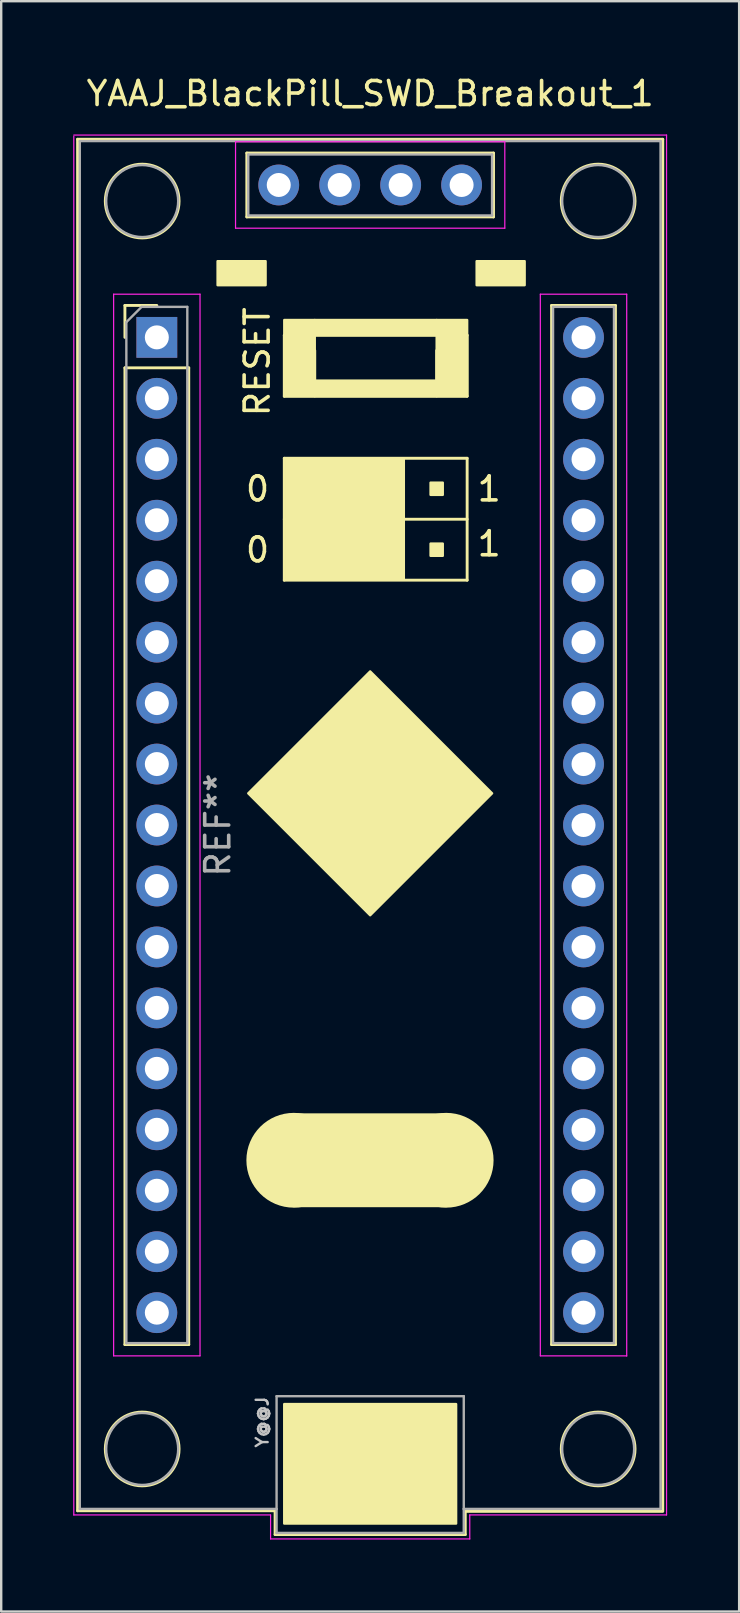
<source format=kicad_pcb>
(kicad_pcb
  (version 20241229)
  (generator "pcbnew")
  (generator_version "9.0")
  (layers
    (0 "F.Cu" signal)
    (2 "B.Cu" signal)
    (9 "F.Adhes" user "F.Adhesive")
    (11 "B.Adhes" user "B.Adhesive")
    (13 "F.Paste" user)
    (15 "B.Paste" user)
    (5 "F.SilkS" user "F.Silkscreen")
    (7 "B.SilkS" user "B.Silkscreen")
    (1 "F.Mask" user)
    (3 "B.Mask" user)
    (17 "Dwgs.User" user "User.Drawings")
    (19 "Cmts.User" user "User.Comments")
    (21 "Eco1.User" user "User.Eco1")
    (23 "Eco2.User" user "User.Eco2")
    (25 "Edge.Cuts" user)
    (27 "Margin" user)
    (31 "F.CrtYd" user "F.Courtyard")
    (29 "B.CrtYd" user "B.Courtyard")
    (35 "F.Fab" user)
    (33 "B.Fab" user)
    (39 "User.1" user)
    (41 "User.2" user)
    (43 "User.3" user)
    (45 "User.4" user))
  (footprint "YAAJ_BlackPill_SWD_Breakout_1"
    (layer "F.Cu")
    (at 3.485 11.008)
    (property "Reference" "YAAJ_BlackPill_SWD_Breakout_1" (at 8.89 -10.16 0) (layer "F.SilkS") (effects (font (size 1 1) (thickness 0.15))))
    (attr through_hole)
    (fp_line (start -3.302 -8.255) (end 21.082 -8.255) (stroke (width 0.12) (type solid)) (layer "F.SilkS"))
    (fp_line (start -3.302 48.895) (end -3.302 -8.255) (stroke (width 0.12) (type solid)) (layer "F.SilkS"))
    (fp_line (start -3.302 48.895) (end 4.928 48.895) (stroke (width 0.12) (type solid)) (layer "F.SilkS"))
    (fp_line (start -1.33 -1.33) (end -1.33 0) (stroke (width 0.12) (type solid)) (layer "F.SilkS"))
    (fp_line (start -1.33 -1.33) (end 0 -1.33) (stroke (width 0.12) (type solid)) (layer "F.SilkS"))
    (fp_line (start -1.33 1.27) (end -1.33 41.97) (stroke (width 0.12) (type solid)) (layer "F.SilkS"))
    (fp_line (start -1.33 1.27) (end 1.33 1.27) (stroke (width 0.12) (type solid)) (layer "F.SilkS"))
    (fp_line (start 1.33 1.27) (end 1.33 41.97) (stroke (width 0.12) (type solid)) (layer "F.SilkS"))
    (fp_line (start 1.33 41.97) (end -1.33 41.97) (stroke (width 0.12) (type solid)) (layer "F.SilkS"))
    (fp_line (start 3.75 -7.68) (end 3.75 -5.02) (stroke (width 0.12) (type solid)) (layer "F.SilkS"))
    (fp_line (start 3.75 -5.02) (end 14.03 -5.02) (stroke (width 0.12) (type solid)) (layer "F.SilkS"))
    (fp_line (start 4.928 48.895) (end 4.928 49.886) (stroke (width 0.12) (type solid)) (layer "F.SilkS"))
    (fp_line (start 4.928 49.886) (end 12.852 49.886) (stroke (width 0.12) (type solid)) (layer "F.SilkS"))
    (fp_line (start 5.311 -0.088) (end 12.931 -0.088) (stroke (width 0.12) (type solid)) (layer "F.SilkS"))
    (fp_line (start 5.311 2.452) (end 5.311 -0.088) (stroke (width 0.12) (type solid)) (layer "F.SilkS"))
    (fp_line (start 5.311 5.038) (end 5.311 10.118) (stroke (width 0.12) (type solid)) (layer "F.SilkS"))
    (fp_line (start 5.311 7.578) (end 12.931 7.578) (stroke (width 0.12) (type solid)) (layer "F.SilkS"))
    (fp_line (start 5.311 10.118) (end 12.931 10.118) (stroke (width 0.12) (type solid)) (layer "F.SilkS"))
    (fp_line (start 6.581 1.817) (end 6.581 0.547) (stroke (width 0.12) (type solid)) (layer "F.SilkS"))
    (fp_line (start 11.661 0.547) (end 11.661 1.817) (stroke (width 0.12) (type solid)) (layer "F.SilkS"))
    (fp_line (start 11.661 1.817) (end 6.581 1.817) (stroke (width 0.12) (type solid)) (layer "F.SilkS"))
    (fp_line (start 12.852 48.92) (end 21.082 48.92) (stroke (width 0.12) (type solid)) (layer "F.SilkS"))
    (fp_line (start 12.852 49.886) (end 12.852 48.92) (stroke (width 0.12) (type solid)) (layer "F.SilkS"))
    (fp_line (start 12.931 -0.088) (end 12.931 2.452) (stroke (width 0.12) (type solid)) (layer "F.SilkS"))
    (fp_line (start 12.931 2.452) (end 5.311 2.452) (stroke (width 0.12) (type solid)) (layer "F.SilkS"))
    (fp_line (start 12.931 5.038) (end 5.311 5.038) (stroke (width 0.12) (type solid)) (layer "F.SilkS"))
    (fp_line (start 12.931 10.118) (end 12.931 5.038) (stroke (width 0.12) (type solid)) (layer "F.SilkS"))
    (fp_line (start 14.03 -7.68) (end 3.75 -7.68) (stroke (width 0.12) (type solid)) (layer "F.SilkS"))
    (fp_line (start 14.03 -5.02) (end 14.03 -7.68) (stroke (width 0.12) (type solid)) (layer "F.SilkS"))
    (fp_line (start 16.45 -1.33) (end 16.45 41.97) (stroke (width 0.12) (type solid)) (layer "F.SilkS"))
    (fp_line (start 16.45 -1.33) (end 19.11 -1.33) (stroke (width 0.12) (type solid)) (layer "F.SilkS"))
    (fp_line (start 16.45 41.97) (end 19.11 41.97) (stroke (width 0.12) (type solid)) (layer "F.SilkS"))
    (fp_line (start 19.11 -1.33) (end 19.11 41.97) (stroke (width 0.12) (type solid)) (layer "F.SilkS"))
    (fp_line (start 21.082 -8.255) (end 21.082 48.895) (stroke (width 0.12) (type solid)) (layer "F.SilkS"))
    (fp_circle (center -0.61 -5.68) (end 0.927 -5.68) (stroke (width 0.12) (type solid)) (fill no) (layer "F.SilkS"))
    (fp_circle (center -0.61 46.32) (end 0.927 46.32) (stroke (width 0.12) (type solid)) (fill no) (layer "F.SilkS"))
    (fp_circle (center 5.707 34.29) (end 5.707 35.29) (stroke (width 1.95) (type solid)) (fill no) (layer "F.SilkS"))
    (fp_circle (center 12.057 34.29) (end 12.057 35.29) (stroke (width 1.95) (type solid)) (fill no) (layer "F.SilkS"))
    (fp_circle (center 18.39 -5.68) (end 19.927 -5.68) (stroke (width 0.12) (type solid)) (fill no) (layer "F.SilkS"))
    (fp_circle (center 18.39 46.32) (end 19.927 46.32) (stroke (width 0.12) (type solid)) (fill no) (layer "F.SilkS"))
    (fp_poly (pts (xy 4.532 -2.175) (xy 4.532 -3.175) (xy 2.532 -3.175) (xy 2.532 -2.175)) (stroke (width 0.1) (type solid)) (fill yes) (layer "F.SilkS"))
    (fp_poly (pts (xy 5.309 44.45) (xy 5.309 49.428) (xy 12.471 49.428) (xy 12.471 44.45)) (stroke (width 0.1) (type solid)) (fill yes) (layer "F.SilkS"))
    (fp_poly (pts (xy 5.311 2.452) (xy 5.311 -0.723) (xy 6.581 -0.723) (xy 6.581 2.452)) (stroke (width 0.1) (type solid)) (fill yes) (layer "F.SilkS"))
    (fp_poly (pts (xy 5.392 5.092) (xy 10.292 5.092) (xy 10.292 10.092) (xy 5.392 10.092)) (stroke (width 0.1) (type solid)) (fill yes) (layer "F.SilkS"))
    (fp_poly (pts (xy 6.327 6.562) (xy 6.835 6.562) (xy 6.835 6.054) (xy 6.327 6.054)) (stroke (width 0.1) (type solid)) (fill yes) (layer "F.SilkS"))
    (fp_poly (pts (xy 6.327 9.102) (xy 6.327 8.594) (xy 6.835 8.594) (xy 6.835 9.102)) (stroke (width 0.1) (type solid)) (fill yes) (layer "F.SilkS"))
    (fp_poly (pts (xy 6.581 -0.088) (xy 6.581 -0.723) (xy 11.661 -0.723) (xy 11.661 -0.088)) (stroke (width 0.1) (type solid)) (fill yes) (layer "F.SilkS"))
    (fp_poly (pts (xy 6.581 2.452) (xy 6.581 1.817) (xy 11.661 1.817) (xy 11.661 2.452)) (stroke (width 0.1) (type solid)) (fill yes) (layer "F.SilkS"))
    (fp_poly (pts (xy 8.867 6.562) (xy 8.867 6.054) (xy 9.375 6.054) (xy 9.375 6.562)) (stroke (width 0.1) (type solid)) (fill yes) (layer "F.SilkS"))
    (fp_poly (pts (xy 8.867 9.102) (xy 8.867 8.594) (xy 9.375 8.594) (xy 9.375 9.102)) (stroke (width 0.1) (type solid)) (fill yes) (layer "F.SilkS"))
    (fp_poly (pts (xy 8.89 13.92) (xy 3.81 19) (xy 8.89 24.08) (xy 13.97 19)) (stroke (width 0.1) (type solid)) (fill yes) (layer "F.SilkS"))
    (fp_poly (pts (xy 11.407 6.562) (xy 11.407 6.054) (xy 11.915 6.054) (xy 11.915 6.562)) (stroke (width 0.1) (type solid)) (fill yes) (layer "F.SilkS"))
    (fp_poly (pts (xy 11.407 9.102) (xy 11.915 9.102) (xy 11.915 8.594) (xy 11.407 8.594)) (stroke (width 0.1) (type solid)) (fill yes) (layer "F.SilkS"))
    (fp_poly (pts (xy 11.661 2.452) (xy 11.661 -0.723) (xy 12.931 -0.723) (xy 12.931 2.452)) (stroke (width 0.1) (type solid)) (fill yes) (layer "F.SilkS"))
    (fp_poly (pts (xy 12.057 32.385) (xy 5.707 32.385) (xy 5.707 36.195) (xy 12.057 36.195)) (stroke (width 0.1) (type solid)) (fill yes) (layer "F.SilkS"))
    (fp_poly (pts (xy 15.327 -3.175) (xy 13.327 -3.175) (xy 13.327 -2.175) (xy 15.327 -2.175)) (stroke (width 0.1) (type solid)) (fill yes) (layer "F.SilkS"))
    (fp_line (start -3.46 -8.43) (end 21.24 -8.43) (stroke (width 0.05) (type solid)) (layer "F.CrtYd"))
    (fp_line (start -3.46 49.07) (end -3.46 -8.382) (stroke (width 0.05) (type solid)) (layer "F.CrtYd"))
    (fp_line (start -1.8 -1.8) (end 1.8 -1.8) (stroke (width 0.05) (type solid)) (layer "F.CrtYd"))
    (fp_line (start -1.8 42.44) (end -1.8 -1.8) (stroke (width 0.05) (type solid)) (layer "F.CrtYd"))
    (fp_line (start 1.8 -1.8) (end 1.8 42.44) (stroke (width 0.05) (type solid)) (layer "F.CrtYd"))
    (fp_line (start 1.8 42.44) (end -1.8 42.44) (stroke (width 0.05) (type solid)) (layer "F.CrtYd"))
    (fp_line (start 3.28 -8.15) (end 14.5 -8.15) (stroke (width 0.05) (type solid)) (layer "F.CrtYd"))
    (fp_line (start 3.28 -4.55) (end 3.28 -8.15) (stroke (width 0.05) (type solid)) (layer "F.CrtYd"))
    (fp_line (start 4.74 49.07) (end -3.46 49.07) (stroke (width 0.05) (type solid)) (layer "F.CrtYd"))
    (fp_line (start 4.74 50.07) (end 4.74 49.07) (stroke (width 0.05) (type solid)) (layer "F.CrtYd"))
    (fp_line (start 13.04 49.07) (end 13.04 50.07) (stroke (width 0.05) (type solid)) (layer "F.CrtYd"))
    (fp_line (start 13.04 50.07) (end 4.74 50.07) (stroke (width 0.05) (type solid)) (layer "F.CrtYd"))
    (fp_line (start 14.5 -8.15) (end 14.5 -4.55) (stroke (width 0.05) (type solid)) (layer "F.CrtYd"))
    (fp_line (start 14.5 -4.55) (end 3.28 -4.55) (stroke (width 0.05) (type solid)) (layer "F.CrtYd"))
    (fp_line (start 15.98 -1.8) (end 19.58 -1.8) (stroke (width 0.05) (type solid)) (layer "F.CrtYd"))
    (fp_line (start 15.98 42.44) (end 15.98 -1.8) (stroke (width 0.05) (type solid)) (layer "F.CrtYd"))
    (fp_line (start 19.58 -1.8) (end 19.58 42.45) (stroke (width 0.05) (type solid)) (layer "F.CrtYd"))
    (fp_line (start 19.58 42.44) (end 15.98 42.44) (stroke (width 0.05) (type solid)) (layer "F.CrtYd"))
    (fp_line (start 21.24 -8.43) (end 21.24 49.07) (stroke (width 0.05) (type solid)) (layer "F.CrtYd"))
    (fp_line (start 21.24 49.07) (end 13.04 49.07) (stroke (width 0.05) (type solid)) (layer "F.CrtYd"))
    (fp_line (start -3.21 -8.18) (end -3.21 48.82) (stroke (width 0.1) (type solid)) (layer "F.Fab"))
    (fp_line (start -3.21 -8.18) (end 20.99 -8.18) (stroke (width 0.1) (type solid)) (layer "F.Fab"))
    (fp_line (start -3.21 48.82) (end 4.99 48.82) (stroke (width 0.1) (type solid)) (layer "F.Fab"))
    (fp_line (start -1.27 41.91) (end -1.27 -0.635) (stroke (width 0.1) (type solid)) (layer "F.Fab"))
    (fp_line (start -1.27 41.91) (end 1.27 41.91) (stroke (width 0.1) (type solid)) (layer "F.Fab"))
    (fp_line (start -0.635 -1.27) (end -1.27 -0.635) (stroke (width 0.1) (type solid)) (layer "F.Fab"))
    (fp_line (start -0.635 -1.27) (end 1.27 -1.27) (stroke (width 0.1) (type solid)) (layer "F.Fab"))
    (fp_line (start 1.27 -1.27) (end 1.27 41.91) (stroke (width 0.1) (type solid)) (layer "F.Fab"))
    (fp_line (start 3.81 -7.62) (end 13.97 -7.62) (stroke (width 0.1) (type solid)) (layer "F.Fab"))
    (fp_line (start 3.81 -5.08) (end 3.81 -7.62) (stroke (width 0.1) (type solid)) (layer "F.Fab"))
    (fp_line (start 4.99 44.12) (end 4.99 48.82) (stroke (width 0.1) (type solid)) (layer "F.Fab"))
    (fp_line (start 4.99 48.82) (end 4.99 49.82) (stroke (width 0.1) (type solid)) (layer "F.Fab"))
    (fp_line (start 4.99 49.82) (end 12.79 49.82) (stroke (width 0.1) (type solid)) (layer "F.Fab"))
    (fp_line (start 12.79 44.12) (end 4.99 44.12) (stroke (width 0.1) (type solid)) (layer "F.Fab"))
    (fp_line (start 12.79 48.82) (end 12.79 44.12) (stroke (width 0.1) (type solid)) (layer "F.Fab"))
    (fp_line (start 12.79 48.82) (end 20.99 48.82) (stroke (width 0.1) (type solid)) (layer "F.Fab"))
    (fp_line (start 12.79 49.82) (end 12.79 48.82) (stroke (width 0.1) (type solid)) (layer "F.Fab"))
    (fp_line (start 13.97 -7.62) (end 13.97 -5.08) (stroke (width 0.1) (type solid)) (layer "F.Fab"))
    (fp_line (start 13.97 -5.08) (end 3.81 -5.08) (stroke (width 0.1) (type solid)) (layer "F.Fab"))
    (fp_line (start 16.51 -1.27) (end 19.05 -1.27) (stroke (width 0.1) (type solid)) (layer "F.Fab"))
    (fp_line (start 16.51 41.91) (end 16.51 -1.27) (stroke (width 0.1) (type solid)) (layer "F.Fab"))
    (fp_line (start 19.05 -1.27) (end 19.05 41.91) (stroke (width 0.1) (type solid)) (layer "F.Fab"))
    (fp_line (start 19.05 41.91) (end 16.51 41.91) (stroke (width 0.1) (type solid)) (layer "F.Fab"))
    (fp_line (start 20.99 48.82) (end 20.99 -8.18) (stroke (width 0.1) (type solid)) (layer "F.Fab"))
    (fp_circle (center -0.61 -5.68) (end 0.89 -5.68) (stroke (width 0.1) (type solid)) (fill no) (layer "F.Fab"))
    (fp_circle (center -0.61 46.32) (end 0.89 46.32) (stroke (width 0.1) (type solid)) (fill no) (layer "F.Fab"))
    (fp_circle (center 18.39 -5.68) (end 19.89 -5.68) (stroke (width 0.1) (type solid)) (fill no) (layer "F.Fab"))
    (fp_circle (center 18.39 46.32) (end 19.89 46.32) (stroke (width 0.1) (type solid)) (fill no) (layer "F.Fab"))
    (fp_text user "1" (at 13.848 8.602 0) (layer "F.SilkS") (effects (font (size 1 1) (thickness 0.15))))
    (fp_text user "RESET" (at 4.183 1.016 270) (layer "F.SilkS") (effects (font (size 1 1) (thickness 0.15))))
    (fp_text user "0" (at 4.196 8.856 0) (layer "F.SilkS") (effects (font (size 1 1) (thickness 0.15))))
    (fp_text user "1" (at 13.848 6.316 0) (layer "F.SilkS") (effects (font (size 1 1) (thickness 0.15))))
    (fp_text user "0" (at 4.196 6.316 0) (layer "F.SilkS") (effects (font (size 1 1) (thickness 0.15))))
    (fp_text user "Y@@J" (at 4.392 45.2 270) (layer "Dwgs.User") (effects (font (size 0.5 0.5) (thickness 0.1))))
    (fp_text user "REF**" (at 2.54 20.32 90) (layer "F.Fab") (effects (font (size 1 1) (thickness 0.15))))
    (pad "1" thru_hole rect (at 0 0) (size 1.7 1.7) (drill 1) (layers "*.Cu" "*.Mask"))
    (pad "2" thru_hole circle (at 0 2.54) (size 1.7 1.7) (drill 1) (layers "*.Cu" "*.Mask"))
    (pad "3" thru_hole circle (at 0 5.08) (size 1.7 1.7) (drill 1) (layers "*.Cu" "*.Mask"))
    (pad "4" thru_hole circle (at 0 7.62) (size 1.7 1.7) (drill 1) (layers "*.Cu" "*.Mask"))
    (pad "5" thru_hole circle (at 0 10.16) (size 1.7 1.7) (drill 1) (layers "*.Cu" "*.Mask"))
    (pad "6" thru_hole circle (at 0 12.7) (size 1.7 1.7) (drill 1) (layers "*.Cu" "*.Mask"))
    (pad "7" thru_hole circle (at 0 15.24) (size 1.7 1.7) (drill 1) (layers "*.Cu" "*.Mask"))
    (pad "8" thru_hole circle (at 0 17.78) (size 1.7 1.7) (drill 1) (layers "*.Cu" "*.Mask"))
    (pad "9" thru_hole circle (at 0 20.32) (size 1.7 1.7) (drill 1) (layers "*.Cu" "*.Mask"))
    (pad "10" thru_hole circle (at 0 22.86) (size 1.7 1.7) (drill 1) (layers "*.Cu" "*.Mask"))
    (pad "11" thru_hole circle (at 0 25.4) (size 1.7 1.7) (drill 1) (layers "*.Cu" "*.Mask"))
    (pad "12" thru_hole circle (at 0 27.94) (size 1.7 1.7) (drill 1) (layers "*.Cu" "*.Mask"))
    (pad "13" thru_hole circle (at 0 30.48) (size 1.7 1.7) (drill 1) (layers "*.Cu" "*.Mask"))
    (pad "14" thru_hole circle (at 0 33.02) (size 1.7 1.7) (drill 1) (layers "*.Cu" "*.Mask"))
    (pad "15" thru_hole circle (at 0 35.56) (size 1.7 1.7) (drill 1) (layers "*.Cu" "*.Mask"))
    (pad "16" thru_hole circle (at 0 38.1) (size 1.7 1.7) (drill 1) (layers "*.Cu" "*.Mask"))
    (pad "17" thru_hole circle (at 0 40.64) (size 1.7 1.7) (drill 1) (layers "*.Cu" "*.Mask"))
    (pad "18" thru_hole circle (at 17.78 40.64) (size 1.7 1.7) (drill 1) (layers "*.Cu" "*.Mask"))
    (pad "19" thru_hole circle (at 17.78 38.1) (size 1.7 1.7) (drill 1) (layers "*.Cu" "*.Mask"))
    (pad "20" thru_hole circle (at 17.78 35.56) (size 1.7 1.7) (drill 1) (layers "*.Cu" "*.Mask"))
    (pad "21" thru_hole circle (at 17.78 33.02) (size 1.7 1.7) (drill 1) (layers "*.Cu" "*.Mask"))
    (pad "22" thru_hole circle (at 17.78 30.48) (size 1.7 1.7) (drill 1) (layers "*.Cu" "*.Mask"))
    (pad "23" thru_hole circle (at 17.78 27.94) (size 1.7 1.7) (drill 1) (layers "*.Cu" "*.Mask"))
    (pad "24" thru_hole circle (at 17.78 25.4) (size 1.7 1.7) (drill 1) (layers "*.Cu" "*.Mask"))
    (pad "25" thru_hole circle (at 17.78 22.86) (size 1.7 1.7) (drill 1) (layers "*.Cu" "*.Mask"))
    (pad "26" thru_hole circle (at 17.78 20.32) (size 1.7 1.7) (drill 1) (layers "*.Cu" "*.Mask"))
    (pad "27" thru_hole circle (at 17.78 17.78) (size 1.7 1.7) (drill 1) (layers "*.Cu" "*.Mask"))
    (pad "28" thru_hole circle (at 17.78 15.24) (size 1.7 1.7) (drill 1) (layers "*.Cu" "*.Mask"))
    (pad "29" thru_hole circle (at 17.78 12.7) (size 1.7 1.7) (drill 1) (layers "*.Cu" "*.Mask"))
    (pad "30" thru_hole circle (at 17.78 10.16) (size 1.7 1.7) (drill 1) (layers "*.Cu" "*.Mask"))
    (pad "31" thru_hole circle (at 17.78 7.62) (size 1.7 1.7) (drill 1) (layers "*.Cu" "*.Mask"))
    (pad "32" thru_hole circle (at 17.78 5.08) (size 1.7 1.7) (drill 1) (layers "*.Cu" "*.Mask"))
    (pad "33" thru_hole circle (at 17.78 2.54) (size 1.7 1.7) (drill 1) (layers "*.Cu" "*.Mask"))
    (pad "34" thru_hole circle (at 17.78 0) (size 1.7 1.7) (drill 1) (layers "*.Cu" "*.Mask"))
    (pad "35" thru_hole circle (at 12.7 -6.35) (size 1.7 1.7) (drill 1) (layers "*.Cu" "*.Mask"))
    (pad "36" thru_hole circle (at 10.16 -6.35) (size 1.7 1.7) (drill 1) (layers "*.Cu" "*.Mask"))
    (pad "37" thru_hole circle (at 7.62 -6.35) (size 1.7 1.7) (drill 1) (layers "*.Cu" "*.Mask"))
    (pad "38" thru_hole circle (at 5.08 -6.35) (size 1.7 1.7) (drill 1) (layers "*.Cu" "*.Mask")))
  (gr_rect
    (start -3 -3)
    (end 27.75 64.103)
    (stroke (width 0.1) (type default))
    (fill no)
    (layer "Edge.Cuts")))
</source>
